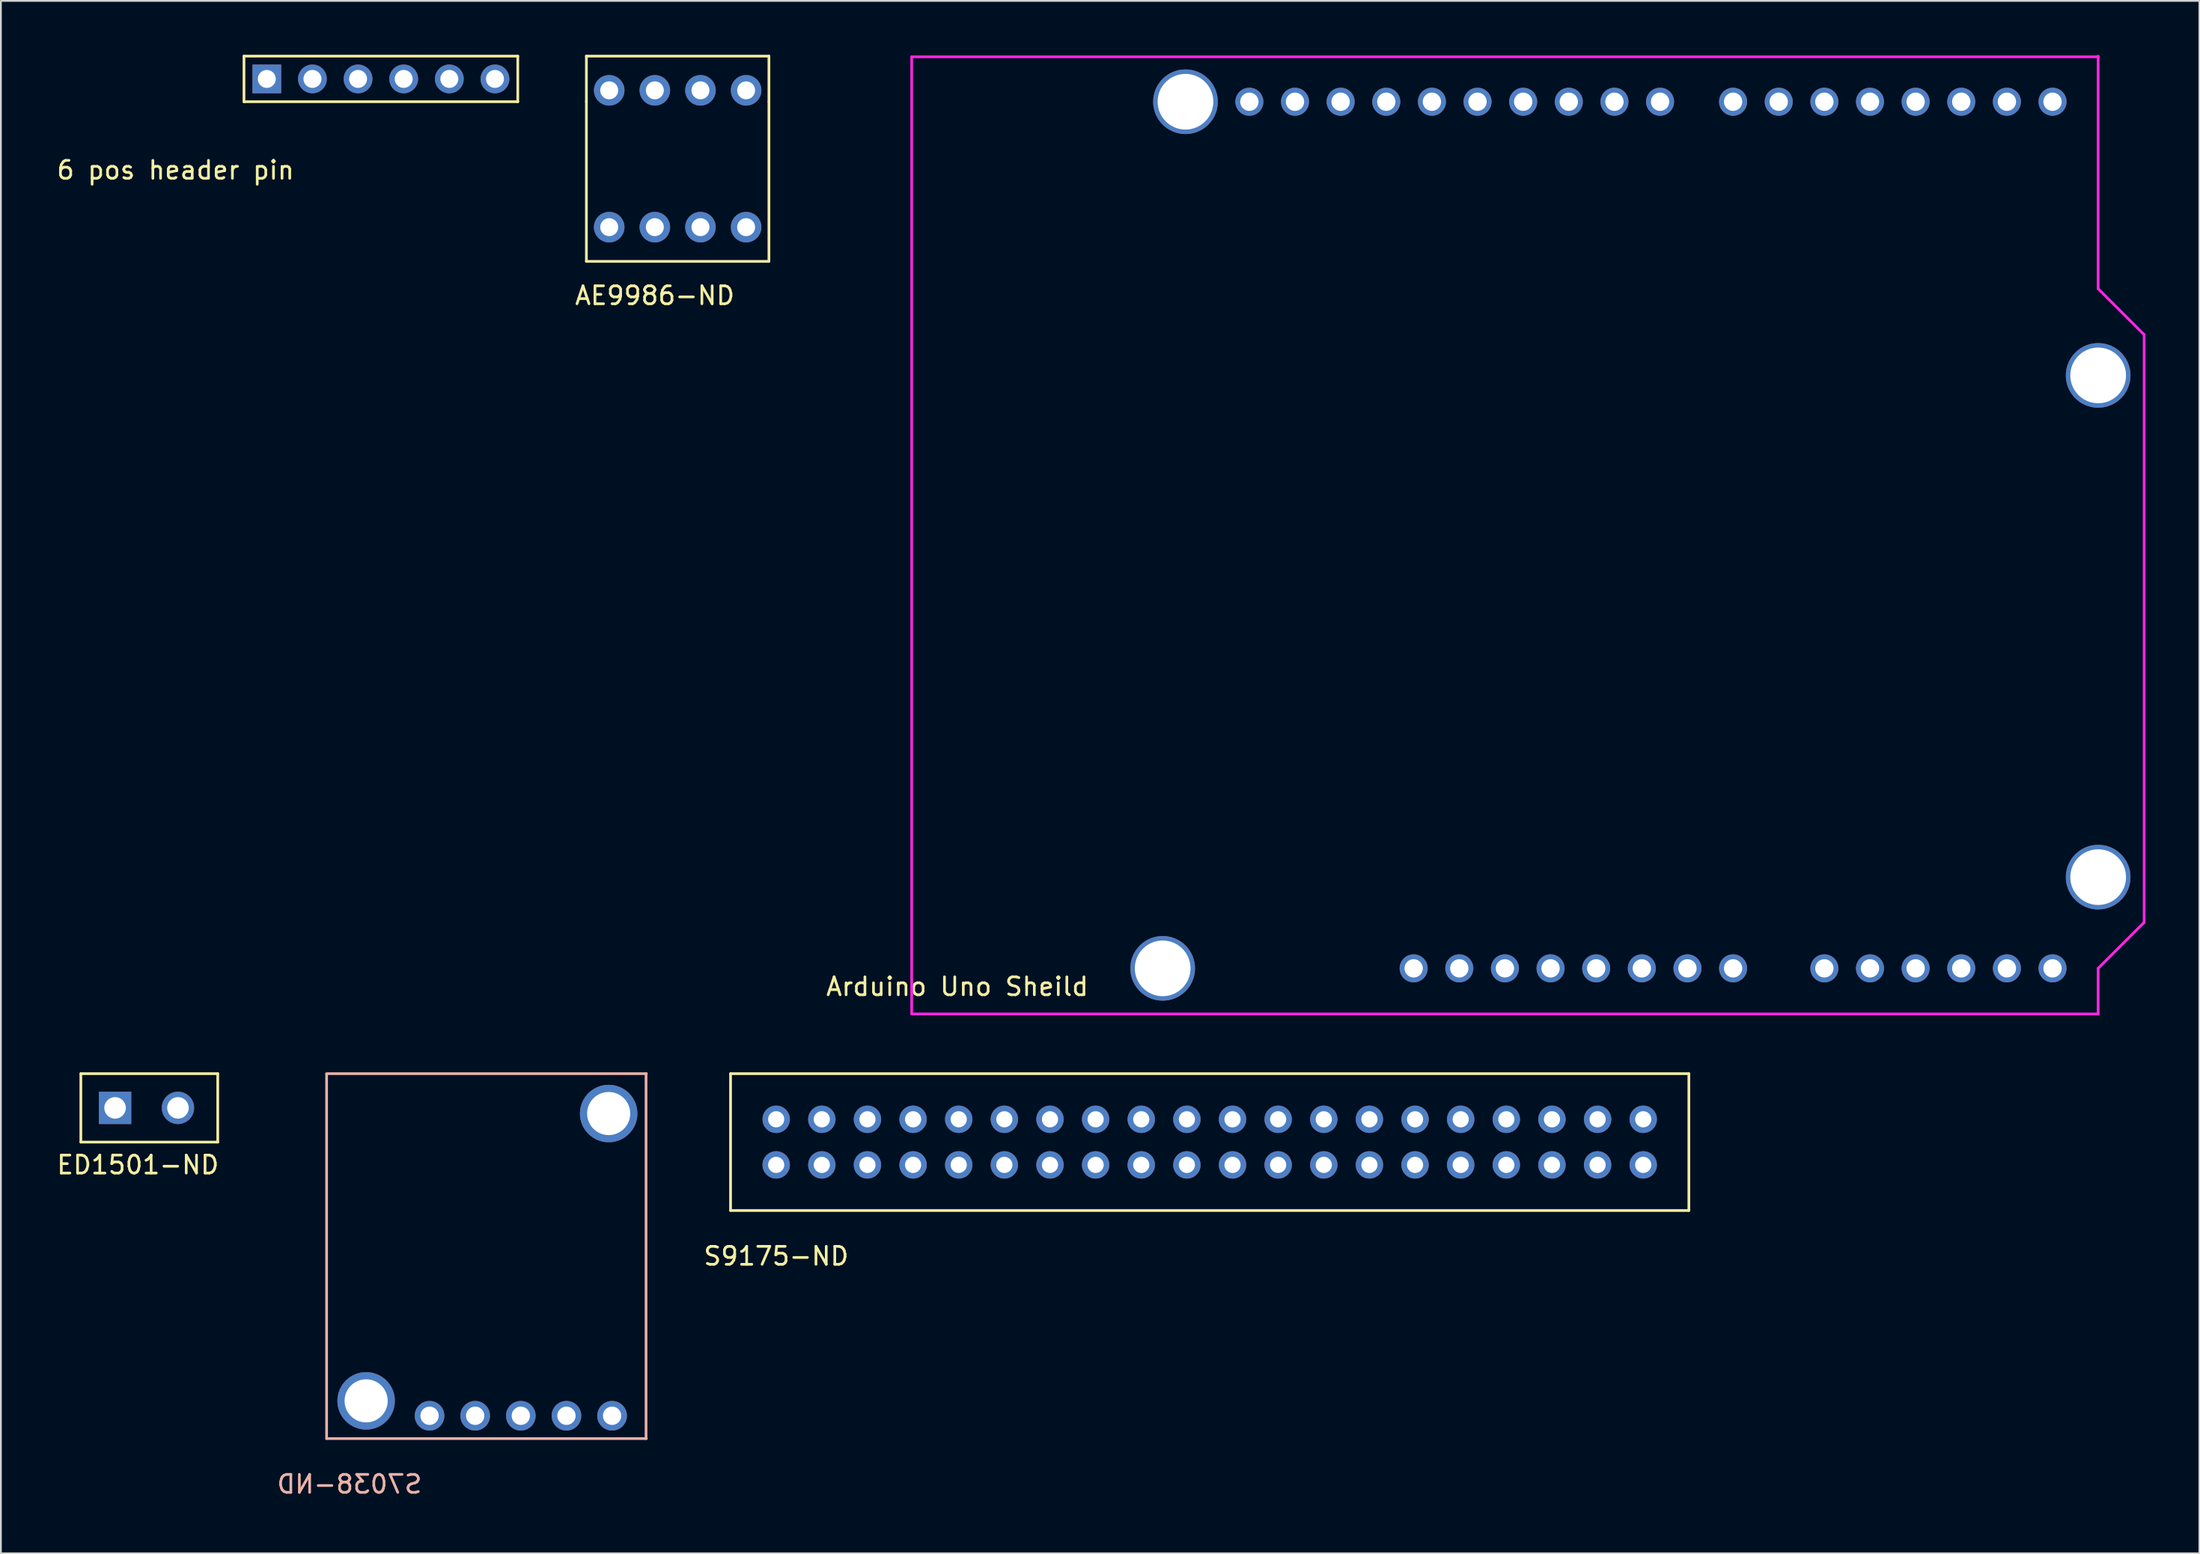
<source format=kicad_pcb>
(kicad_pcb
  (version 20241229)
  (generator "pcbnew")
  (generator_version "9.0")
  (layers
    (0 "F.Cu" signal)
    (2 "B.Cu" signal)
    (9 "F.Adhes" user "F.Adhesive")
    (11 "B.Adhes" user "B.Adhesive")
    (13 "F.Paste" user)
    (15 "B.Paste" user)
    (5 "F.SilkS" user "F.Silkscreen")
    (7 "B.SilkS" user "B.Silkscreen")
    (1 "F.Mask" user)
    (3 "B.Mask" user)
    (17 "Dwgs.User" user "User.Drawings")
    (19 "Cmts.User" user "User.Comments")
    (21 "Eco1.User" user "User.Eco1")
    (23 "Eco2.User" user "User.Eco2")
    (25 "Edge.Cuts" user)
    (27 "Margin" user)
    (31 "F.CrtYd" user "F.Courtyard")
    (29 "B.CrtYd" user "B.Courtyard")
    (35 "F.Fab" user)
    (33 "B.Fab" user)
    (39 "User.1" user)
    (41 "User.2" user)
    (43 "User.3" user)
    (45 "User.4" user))
  (footprint "6 pos header pin"
    (layer "F.Cu")
    (at 11.8 1.345)
    (property "Reference" "6 pos header pin" (at -5.08 5.08 0) (layer "F.SilkS") (effects (font (size 1 1) (thickness 0.15))))
    (attr through_hole)
    (fp_line (start -1.27 -1.27) (end 13.97 -1.27) (stroke (width 0.15) (type solid)) (layer "F.SilkS"))
    (fp_line (start -1.27 1.27) (end -1.27 -1.27) (stroke (width 0.15) (type solid)) (layer "F.SilkS"))
    (fp_line (start 13.97 -1.27) (end 13.97 1.27) (stroke (width 0.15) (type solid)) (layer "F.SilkS"))
    (fp_line (start 13.97 1.27) (end -1.27 1.27) (stroke (width 0.15) (type solid)) (layer "F.SilkS"))
    (pad "1" thru_hole rect (at 0 0) (size 1.6 1.6) (drill 1) (layers "*.Cu" "*.Mask"))
    (pad "2" thru_hole circle (at 2.54 0) (size 1.6 1.6) (drill 1) (layers "*.Cu" "*.Mask"))
    (pad "3" thru_hole circle (at 5.08 0) (size 1.6 1.6) (drill 1) (layers "*.Cu" "*.Mask"))
    (pad "4" thru_hole circle (at 7.62 0) (size 1.6 1.6) (drill 1) (layers "*.Cu" "*.Mask"))
    (pad "5" thru_hole circle (at 10.16 0) (size 1.6 1.6) (drill 1) (layers "*.Cu" "*.Mask"))
    (pad "6" thru_hole circle (at 12.7 0) (size 1.6 1.6) (drill 1) (layers "*.Cu" "*.Mask")))
  (footprint "S7038-ND"
    (layer "F.Cu")
    (at 15.129 77.06)
    (property "Reference" "S7038-ND" (at 1.27 2.54 0) (layer "B.SilkS") (effects (font (size 1 1) (thickness 0.15)) (justify mirror)))
    (attr through_hole)
    (fp_line (start 0 -20.32) (end 17.8 -20.32) (stroke (width 0.15) (type solid)) (layer "B.SilkS"))
    (fp_line (start 0 0) (end 0 -20.3) (stroke (width 0.15) (type solid)) (layer "B.SilkS"))
    (fp_line (start 0 0) (end 17.8 0) (stroke (width 0.15) (type solid)) (layer "B.SilkS"))
    (fp_line (start 17.78 0) (end 17.78 -20.32) (stroke (width 0.15) (type solid)) (layer "B.SilkS"))
    (pad "" np_thru_hole circle (at 2.2 -2.1) (size 3.2 3.2) (drill 2.4) (layers "*.Cu" "*.Mask"))
    (pad "" np_thru_hole circle (at 15.7 -18.1) (size 3.2 3.2) (drill 2.4) (layers "*.Cu" "*.Mask"))
    (pad "1" thru_hole circle (at 5.73 -1.27) (size 1.65 1.65) (drill 1.02) (layers "*.Cu" "*.Mask"))
    (pad "2" thru_hole circle (at 8.27 -1.27) (size 1.65 1.65) (drill 1.02) (layers "*.Cu" "*.Mask"))
    (pad "3" thru_hole circle (at 10.81 -1.27) (size 1.65 1.65) (drill 1.02) (layers "*.Cu" "*.Mask"))
    (pad "4" thru_hole circle (at 13.35 -1.27) (size 1.65 1.65) (drill 1.02) (layers "*.Cu" "*.Mask"))
    (pad "5" thru_hole circle (at 15.89 -1.27) (size 1.65 1.65) (drill 1.02) (layers "*.Cu" "*.Mask")))
  (footprint "AE9986-ND"
    (layer "F.Cu")
    (at 30.859 9.6)
    (property "Reference" "AE9986-ND" (at 2.54 3.81 0) (layer "F.SilkS") (effects (font (size 1 1) (thickness 0.15))))
    (attr through_hole)
    (fp_line (start -1.27 -9.525) (end -1.27 -6.985) (stroke (width 0.15) (type solid)) (layer "F.SilkS"))
    (fp_line (start -1.27 -9.525) (end 8.89 -9.525) (stroke (width 0.15) (type solid)) (layer "F.SilkS"))
    (fp_line (start -1.27 -6.985) (end -1.27 1.905) (stroke (width 0.15) (type solid)) (layer "F.SilkS"))
    (fp_line (start 8.89 -9.525) (end 8.89 -6.985) (stroke (width 0.15) (type solid)) (layer "F.SilkS"))
    (fp_line (start 8.89 1.905) (end -1.27 1.905) (stroke (width 0.15) (type solid)) (layer "F.SilkS"))
    (fp_line (start 8.89 1.905) (end 8.89 -6.985) (stroke (width 0.15) (type solid)) (layer "F.SilkS"))
    (pad "1" thru_hole circle (at 0 0) (size 1.7 1.7) (drill 1) (layers "*.Cu" "*.Mask"))
    (pad "2" thru_hole circle (at 2.54 0) (size 1.7 1.7) (drill 1) (layers "*.Cu" "*.Mask"))
    (pad "3" thru_hole circle (at 5.08 0) (size 1.7 1.7) (drill 1) (layers "*.Cu" "*.Mask"))
    (pad "4" thru_hole circle (at 7.62 0) (size 1.7 1.7) (drill 1) (layers "*.Cu" "*.Mask"))
    (pad "5" thru_hole circle (at 7.62 -7.62) (size 1.7 1.7) (drill 1) (layers "*.Cu" "*.Mask"))
    (pad "6" thru_hole circle (at 5.08 -7.62) (size 1.7 1.7) (drill 1) (layers "*.Cu" "*.Mask"))
    (pad "7" thru_hole circle (at 2.54 -7.62) (size 1.7 1.7) (drill 1) (layers "*.Cu" "*.Mask"))
    (pad "8" thru_hole circle (at 0 -7.62) (size 1.7 1.7) (drill 1) (layers "*.Cu" "*.Mask")))
  (footprint "S9175-ND"
    (layer "F.Cu")
    (at 40.153 61.82)
    (property "Reference" "S9175-ND" (at 0 5.08 0) (layer "F.SilkS") (effects (font (size 1 1) (thickness 0.15))))
    (attr through_hole)
    (fp_line (start -2.54 -5.08) (end -2.54 2.54) (stroke (width 0.15) (type solid)) (layer "F.SilkS"))
    (fp_line (start -2.54 2.54) (end 50.8 2.54) (stroke (width 0.15) (type solid)) (layer "F.SilkS"))
    (fp_line (start 50.8 -5.08) (end -2.54 -5.08) (stroke (width 0.15) (type solid)) (layer "F.SilkS"))
    (fp_line (start 50.8 2.54) (end 50.8 -5.08) (stroke (width 0.15) (type solid)) (layer "F.SilkS"))
    (pad "1" thru_hole circle (at 0 0) (size 1.524 1.524) (drill 0.9) (layers "*.Cu" "*.Mask"))
    (pad "2" thru_hole circle (at 0 -2.54) (size 1.524 1.524) (drill 0.9) (layers "*.Cu" "*.Mask"))
    (pad "3" thru_hole circle (at 2.54 0) (size 1.524 1.524) (drill 0.9) (layers "*.Cu" "*.Mask"))
    (pad "4" thru_hole circle (at 2.54 -2.54) (size 1.524 1.524) (drill 0.9) (layers "*.Cu" "*.Mask"))
    (pad "5" thru_hole circle (at 5.08 0) (size 1.524 1.524) (drill 0.9) (layers "*.Cu" "*.Mask"))
    (pad "6" thru_hole circle (at 5.08 -2.54) (size 1.524 1.524) (drill 0.9) (layers "*.Cu" "*.Mask"))
    (pad "7" thru_hole circle (at 7.62 0) (size 1.524 1.524) (drill 0.9) (layers "*.Cu" "*.Mask"))
    (pad "8" thru_hole circle (at 7.62 -2.54) (size 1.524 1.524) (drill 0.9) (layers "*.Cu" "*.Mask"))
    (pad "9" thru_hole circle (at 10.16 0) (size 1.524 1.524) (drill 0.9) (layers "*.Cu" "*.Mask"))
    (pad "10" thru_hole circle (at 10.16 -2.54) (size 1.524 1.524) (drill 0.9) (layers "*.Cu" "*.Mask"))
    (pad "11" thru_hole circle (at 12.7 0) (size 1.524 1.524) (drill 0.9) (layers "*.Cu" "*.Mask"))
    (pad "12" thru_hole circle (at 12.7 -2.54) (size 1.524 1.524) (drill 0.9) (layers "*.Cu" "*.Mask"))
    (pad "13" thru_hole circle (at 15.24 0) (size 1.524 1.524) (drill 0.9) (layers "*.Cu" "*.Mask"))
    (pad "14" thru_hole circle (at 15.24 -2.54) (size 1.524 1.524) (drill 0.9) (layers "*.Cu" "*.Mask"))
    (pad "15" thru_hole circle (at 17.78 0) (size 1.524 1.524) (drill 0.9) (layers "*.Cu" "*.Mask"))
    (pad "16" thru_hole circle (at 17.78 -2.54) (size 1.524 1.524) (drill 0.9) (layers "*.Cu" "*.Mask"))
    (pad "17" thru_hole circle (at 20.32 0) (size 1.524 1.524) (drill 0.9) (layers "*.Cu" "*.Mask"))
    (pad "18" thru_hole circle (at 20.32 -2.54) (size 1.524 1.524) (drill 0.9) (layers "*.Cu" "*.Mask"))
    (pad "19" thru_hole circle (at 22.86 0) (size 1.524 1.524) (drill 0.9) (layers "*.Cu" "*.Mask"))
    (pad "20" thru_hole circle (at 22.86 -2.54) (size 1.524 1.524) (drill 0.9) (layers "*.Cu" "*.Mask"))
    (pad "21" thru_hole circle (at 25.4 0) (size 1.524 1.524) (drill 0.9) (layers "*.Cu" "*.Mask"))
    (pad "22" thru_hole circle (at 25.4 -2.54) (size 1.524 1.524) (drill 0.9) (layers "*.Cu" "*.Mask"))
    (pad "23" thru_hole circle (at 27.94 0) (size 1.524 1.524) (drill 0.9) (layers "*.Cu" "*.Mask"))
    (pad "24" thru_hole circle (at 27.94 -2.54) (size 1.524 1.524) (drill 0.9) (layers "*.Cu" "*.Mask"))
    (pad "25" thru_hole circle (at 30.48 0) (size 1.524 1.524) (drill 0.9) (layers "*.Cu" "*.Mask"))
    (pad "26" thru_hole circle (at 30.48 -2.54) (size 1.524 1.524) (drill 0.9) (layers "*.Cu" "*.Mask"))
    (pad "27" thru_hole circle (at 33.02 0) (size 1.524 1.524) (drill 0.9) (layers "*.Cu" "*.Mask"))
    (pad "28" thru_hole circle (at 33.02 -2.54) (size 1.524 1.524) (drill 0.9) (layers "*.Cu" "*.Mask"))
    (pad "29" thru_hole circle (at 35.56 0) (size 1.524 1.524) (drill 0.9) (layers "*.Cu" "*.Mask"))
    (pad "30" thru_hole circle (at 35.56 -2.54) (size 1.524 1.524) (drill 0.9) (layers "*.Cu" "*.Mask"))
    (pad "31" thru_hole circle (at 38.1 0) (size 1.524 1.524) (drill 0.9) (layers "*.Cu" "*.Mask"))
    (pad "32" thru_hole circle (at 38.1 -2.54) (size 1.524 1.524) (drill 0.9) (layers "*.Cu" "*.Mask"))
    (pad "33" thru_hole circle (at 40.64 0) (size 1.524 1.524) (drill 0.9) (layers "*.Cu" "*.Mask"))
    (pad "34" thru_hole circle (at 40.64 -2.54) (size 1.524 1.524) (drill 0.9) (layers "*.Cu" "*.Mask"))
    (pad "35" thru_hole circle (at 43.18 0) (size 1.524 1.524) (drill 0.9) (layers "*.Cu" "*.Mask"))
    (pad "36" thru_hole circle (at 43.18 -2.54) (size 1.524 1.524) (drill 0.9) (layers "*.Cu" "*.Mask"))
    (pad "37" thru_hole circle (at 45.72 0) (size 1.524 1.524) (drill 0.9) (layers "*.Cu" "*.Mask"))
    (pad "38" thru_hole circle (at 45.72 -2.54) (size 1.524 1.524) (drill 0.9) (layers "*.Cu" "*.Mask"))
    (pad "39" thru_hole circle (at 48.26 0) (size 1.524 1.524) (drill 0.9) (layers "*.Cu" "*.Mask"))
    (pad "40" thru_hole circle (at 48.26 -2.54) (size 1.524 1.524) (drill 0.9) (layers "*.Cu" "*.Mask")))
  (footprint "ED1501-ND"
    (layer "F.Cu")
    (at 3.355 58.645)
    (property "Reference" "ED1501-ND" (at 1.27 3.175 0) (layer "F.SilkS") (effects (font (size 1 1) (thickness 0.15))))
    (attr through_hole)
    (fp_line (start -1.905 -1.905) (end -1.905 1.905) (stroke (width 0.15) (type solid)) (layer "F.SilkS"))
    (fp_line (start -1.905 1.905) (end 5.715 1.905) (stroke (width 0.15) (type solid)) (layer "F.SilkS"))
    (fp_line (start 5.715 -1.905) (end -1.905 -1.905) (stroke (width 0.15) (type solid)) (layer "F.SilkS"))
    (fp_line (start 5.715 1.905) (end 5.715 -1.905) (stroke (width 0.15) (type solid)) (layer "F.SilkS"))
    (pad "1" thru_hole rect (at 0 0) (size 1.8 1.8) (drill 1.2) (layers "*.Cu" "*.Mask"))
    (pad "2" thru_hole circle (at 3.5 0) (size 1.8 1.8) (drill 1.2) (layers "*.Cu" "*.Mask")))
  (footprint "Arduino Uno Sheild"
    (layer "F.Cu")
    (at 47.695 53.415)
    (property "Reference" "Arduino Uno Sheild" (at 2.54 -1.524 0) (layer "F.SilkS") (effects (font (size 1 1) (thickness 0.15))))
    (attr through_hole)
    (fp_line (start 0 -53.3) (end 66.04 -53.3) (stroke (width 0.15) (type solid)) (layer "F.CrtYd"))
    (fp_line (start 0 0) (end 0 -53.3) (stroke (width 0.15) (type solid)) (layer "F.CrtYd"))
    (fp_line (start 0 0) (end 66.04 0) (stroke (width 0.15) (type solid)) (layer "F.CrtYd"))
    (fp_line (start 66.04 -53.34) (end 66.04 -40.386) (stroke (width 0.15) (type solid)) (layer "F.CrtYd"))
    (fp_line (start 66.04 -40.386) (end 68.58 -37.846) (stroke (width 0.15) (type solid)) (layer "F.CrtYd"))
    (fp_line (start 66.04 -2.54) (end 68.58 -5.08) (stroke (width 0.15) (type solid)) (layer "F.CrtYd"))
    (fp_line (start 66.04 0) (end 66.04 -2.54) (stroke (width 0.15) (type solid)) (layer "F.CrtYd"))
    (fp_line (start 68.6 -5.08) (end 68.6 -37.846) (stroke (width 0.15) (type solid)) (layer "F.CrtYd"))
    (pad "" np_thru_hole circle (at 13.97 -2.54) (size 3.6 3.6) (drill 3.1) (layers "*.Cu" "*.Mask"))
    (pad "" np_thru_hole circle (at 15.24 -50.8) (size 3.6 3.6) (drill 3.1) (layers "*.Cu" "*.Mask"))
    (pad "" np_thru_hole circle (at 66.04 -35.56) (size 3.6 3.6) (drill 3.1) (layers "*.Cu" "*.Mask"))
    (pad "" np_thru_hole circle (at 66.04 -7.62) (size 3.6 3.6) (drill 3.1) (layers "*.Cu" "*.Mask"))
    (pad "0" thru_hole circle (at 63.5 -50.8) (size 1.56 1.56) (drill 1.02) (layers "*.Cu" "*.Mask"))
    (pad "1" thru_hole circle (at 60.96 -50.8) (size 1.56 1.56) (drill 1.02) (layers "*.Cu" "*.Mask"))
    (pad "2" thru_hole circle (at 58.42 -50.8) (size 1.56 1.56) (drill 1.02) (layers "*.Cu" "*.Mask"))
    (pad "3" thru_hole circle (at 55.88 -50.8) (size 1.56 1.56) (drill 1.02) (layers "*.Cu" "*.Mask"))
    (pad "4" thru_hole circle (at 53.34 -50.8) (size 1.56 1.56) (drill 1.02) (layers "*.Cu" "*.Mask"))
    (pad "5" thru_hole circle (at 50.8 -50.8) (size 1.56 1.56) (drill 1.02) (layers "*.Cu" "*.Mask"))
    (pad "6" thru_hole circle (at 48.26 -50.8) (size 1.56 1.56) (drill 1.02) (layers "*.Cu" "*.Mask"))
    (pad "7" thru_hole circle (at 45.72 -50.8) (size 1.56 1.56) (drill 1.02) (layers "*.Cu" "*.Mask"))
    (pad "8" thru_hole circle (at 41.656 -50.8) (size 1.56 1.56) (drill 1.02) (layers "*.Cu" "*.Mask"))
    (pad "9" thru_hole circle (at 39.116 -50.8) (size 1.56 1.56) (drill 1.02) (layers "*.Cu" "*.Mask"))
    (pad "10" thru_hole circle (at 36.576 -50.8) (size 1.56 1.56) (drill 1.02) (layers "*.Cu" "*.Mask"))
    (pad "11" thru_hole circle (at 34.036 -50.8) (size 1.56 1.56) (drill 1.02) (layers "*.Cu" "*.Mask"))
    (pad "12" thru_hole circle (at 31.496 -50.8) (size 1.56 1.56) (drill 1.02) (layers "*.Cu" "*.Mask"))
    (pad "13" thru_hole circle (at 28.956 -50.8) (size 1.56 1.56) (drill 1.02) (layers "*.Cu" "*.Mask"))
    (pad "14" thru_hole circle (at 50.8 -2.54) (size 1.56 1.56) (drill 1.02) (layers "*.Cu" "*.Mask"))
    (pad "15" thru_hole circle (at 53.34 -2.54) (size 1.56 1.56) (drill 1.02) (layers "*.Cu" "*.Mask"))
    (pad "16" thru_hole circle (at 55.88 -2.54) (size 1.56 1.56) (drill 1.02) (layers "*.Cu" "*.Mask"))
    (pad "17" thru_hole circle (at 58.42 -2.54) (size 1.56 1.56) (drill 1.02) (layers "*.Cu" "*.Mask"))
    (pad "18" thru_hole circle (at 60.96 -2.54) (size 1.56 1.56) (drill 1.02) (layers "*.Cu" "*.Mask"))
    (pad "19" thru_hole circle (at 63.5 -2.54) (size 1.56 1.56) (drill 1.02) (layers "*.Cu" "*.Mask"))
    (pad "20" thru_hole circle (at 30.48 -2.54) (size 1.56 1.56) (drill 1.02) (layers "*.Cu" "*.Mask"))
    (pad "21" thru_hole circle (at 33.02 -2.54) (size 1.56 1.56) (drill 1.02) (layers "*.Cu" "*.Mask"))
    (pad "22" thru_hole circle (at 35.56 -2.54) (size 1.56 1.56) (drill 1.02) (layers "*.Cu" "*.Mask"))
    (pad "23" thru_hole circle (at 38.1 -2.54) (size 1.56 1.56) (drill 1.02) (layers "*.Cu" "*.Mask"))
    (pad "24" thru_hole circle (at 40.64 -2.54) (size 1.56 1.56) (drill 1.02) (layers "*.Cu" "*.Mask"))
    (pad "25" thru_hole circle (at 43.18 -2.54) (size 1.56 1.56) (drill 1.02) (layers "*.Cu" "*.Mask"))
    (pad "26" thru_hole circle (at 45.72 -2.54) (size 1.56 1.56) (drill 1.02) (layers "*.Cu" "*.Mask"))
    (pad "27" thru_hole circle (at 26.416 -50.8) (size 1.56 1.56) (drill 1.02) (layers "*.Cu" "*.Mask"))
    (pad "28" thru_hole circle (at 23.876 -50.8) (size 1.56 1.56) (drill 1.02) (layers "*.Cu" "*.Mask"))
    (pad "29" thru_hole circle (at 21.336 -50.8) (size 1.56 1.56) (drill 1.02) (layers "*.Cu" "*.Mask"))
    (pad "30" thru_hole circle (at 18.796 -50.8) (size 1.56 1.56) (drill 1.02) (layers "*.Cu" "*.Mask"))
    (pad "31" thru_hole circle (at 27.94 -2.54) (size 1.56 1.56) (drill 1.02) (layers "*.Cu" "*.Mask")))
  (gr_rect
    (start -3 -3)
    (end 119.37 83.448)
    (stroke (width 0.1) (type default))
    (fill no)
    (layer "Edge.Cuts")))
</source>
